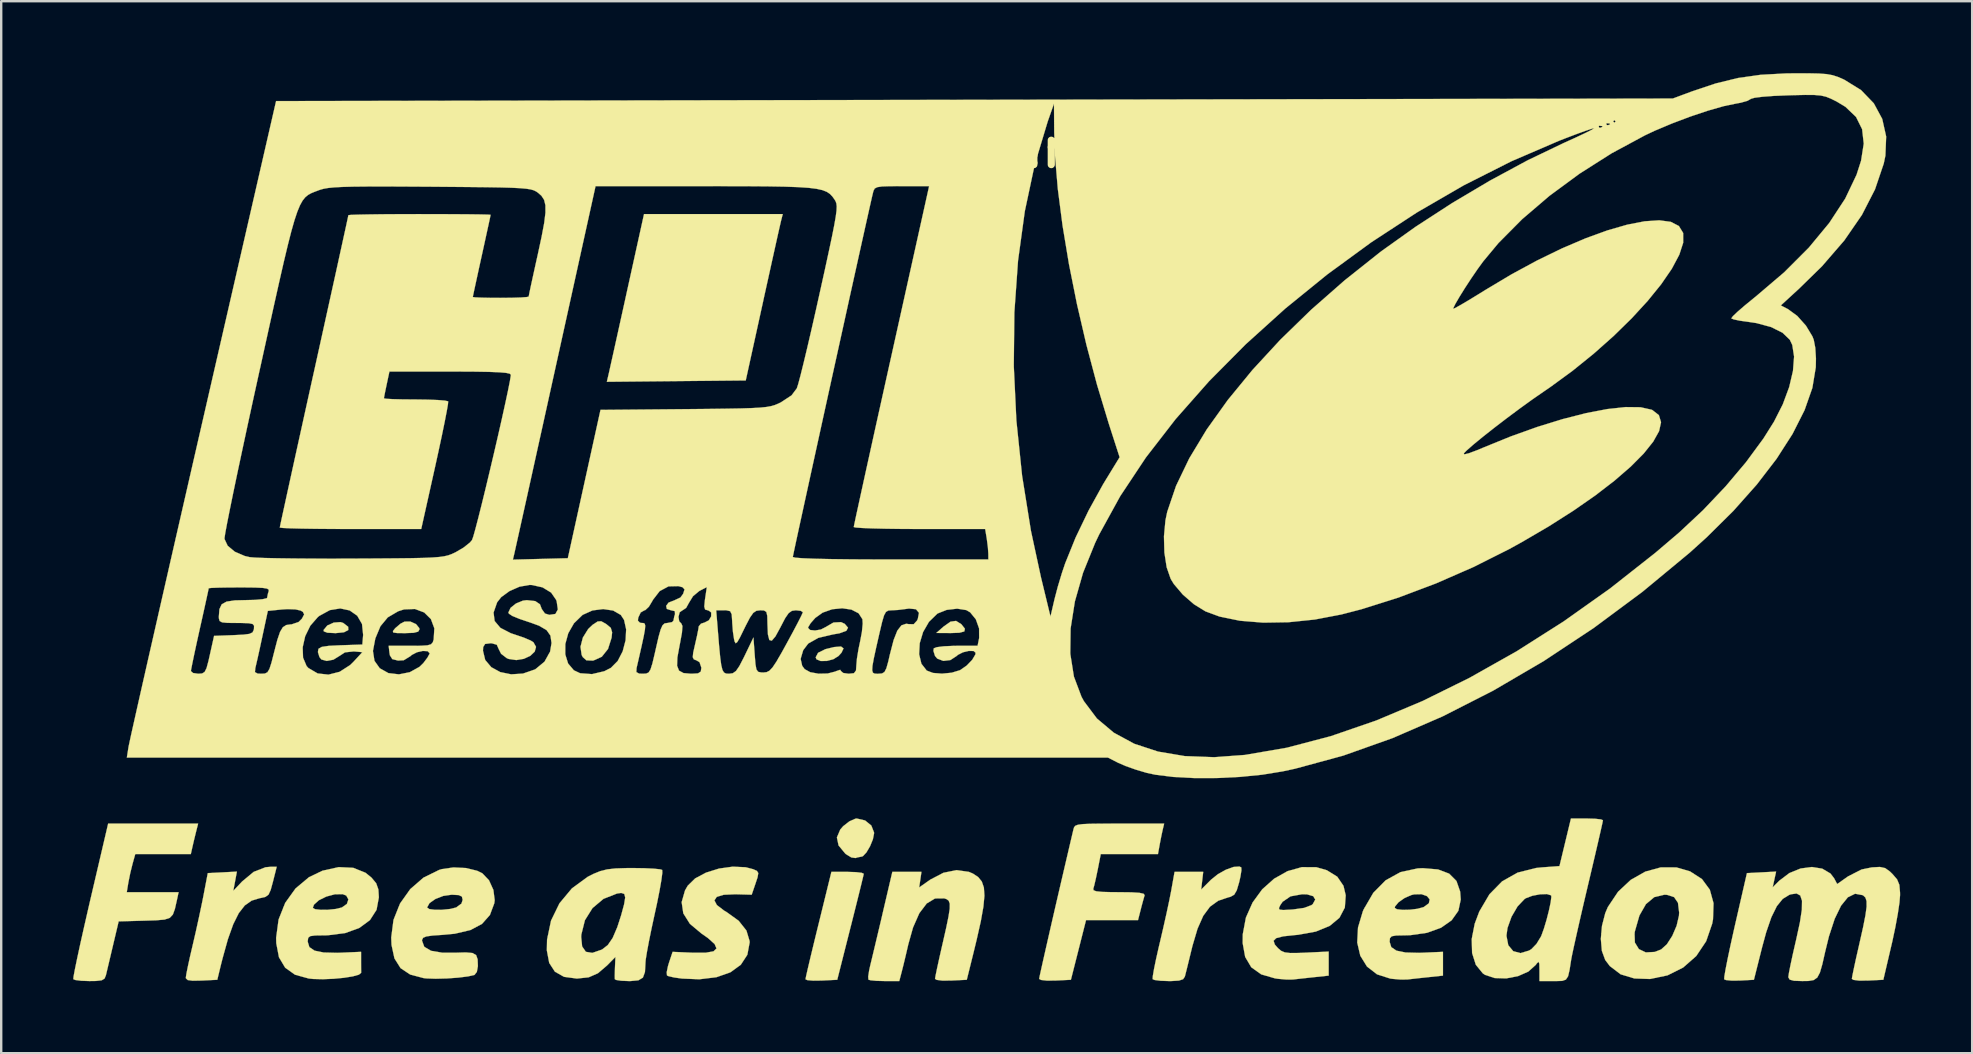
<source format=kicad_pcb>
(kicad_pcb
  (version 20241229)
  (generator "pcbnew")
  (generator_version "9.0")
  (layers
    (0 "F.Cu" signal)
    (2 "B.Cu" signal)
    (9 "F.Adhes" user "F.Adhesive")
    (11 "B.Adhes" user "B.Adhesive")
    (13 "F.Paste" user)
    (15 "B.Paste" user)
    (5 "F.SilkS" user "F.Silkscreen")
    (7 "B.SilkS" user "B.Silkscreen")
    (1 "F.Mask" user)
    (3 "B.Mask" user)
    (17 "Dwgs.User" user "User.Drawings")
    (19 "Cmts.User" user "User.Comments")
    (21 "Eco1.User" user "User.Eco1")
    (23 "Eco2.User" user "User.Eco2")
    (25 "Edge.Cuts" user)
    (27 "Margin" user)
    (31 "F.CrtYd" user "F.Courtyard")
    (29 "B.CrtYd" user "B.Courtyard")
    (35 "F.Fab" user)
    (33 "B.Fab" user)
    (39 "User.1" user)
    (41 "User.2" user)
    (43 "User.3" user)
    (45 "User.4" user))
  (footprint "GPL-Large"
    (layer "F.Cu")
    (at 37.82 3.12)
    (property "Reference" "GPL-Large" (at 0 0 0) (layer "F.SilkS") (effects (font (size 1.524 1.524) (thickness 0.3))))
    (attr through_hole)
    (fp_poly (pts (xy -0.811 19.841) (xy -0.801 19.851) (xy -0.66 20.031) (xy -0.684 20.143) (xy -0.888 20.198) (xy -1.244 20.211) (xy -1.852 20.207) (xy -1.555 19.946) (xy -1.261 19.737) (xy -1.029 19.704) (xy -0.811 19.841)) (stroke (width 0.01) (type solid)) (fill yes) (layer "F.SilkS"))
    (fp_poly (pts (xy -26.566 19.79) (xy -26.361 19.949) (xy -26.355 20.084) (xy -26.533 20.178) (xy -26.884 20.214) (xy -26.89 20.214) (xy -27.227 20.197) (xy -27.377 20.14) (xy -27.385 20.082) (xy -27.23 19.896) (xy -26.962 19.775) (xy -26.68 19.754) (xy -26.566 19.79)) (stroke (width 0.01) (type solid)) (fill yes) (layer "F.SilkS"))
    (fp_poly (pts (xy -5.718 20.851) (xy -5.802 21.028) (xy -5.927 21.167) (xy -6.144 21.302) (xy -6.415 21.373) (xy -6.672 21.376) (xy -6.845 21.305) (xy -6.879 21.223) (xy -6.779 21.034) (xy -6.475 20.883) (xy -6.11 20.794) (xy -5.821 20.772) (xy -5.718 20.851)) (stroke (width 0.01) (type solid)) (fill yes) (layer "F.SilkS"))
    (fp_poly (pts (xy -23.533 19.838) (xy -23.397 20.006) (xy -23.389 20.059) (xy -23.444 20.152) (xy -23.633 20.201) (xy -23.988 20.214) (xy -24.322 20.211) (xy -24.481 20.188) (xy -24.497 20.129) (xy -24.406 20.015) (xy -24.397 20.005) (xy -24.179 19.82) (xy -24.014 19.735) (xy -23.768 19.733) (xy -23.533 19.838)) (stroke (width 0.01) (type solid)) (fill yes) (layer "F.SilkS"))
    (fp_poly (pts (xy -15.612 19.833) (xy -15.604 19.838) (xy -15.417 19.994) (xy -15.361 20.18) (xy -15.384 20.407) (xy -15.533 20.874) (xy -15.792 21.199) (xy -16.137 21.354) (xy -16.176 21.359) (xy -16.434 21.347) (xy -16.585 21.212) (xy -16.631 21.124) (xy -16.68 20.785) (xy -16.581 20.4) (xy -16.359 20.042) (xy -16.172 19.865) (xy -15.965 19.729) (xy -15.815 19.719) (xy -15.612 19.833)) (stroke (width 0.01) (type solid)) (fill yes) (layer "F.SilkS"))
    (fp_poly (pts (xy -8.325 3.043) (xy -8.365 3.217) (xy -8.445 3.569) (xy -8.557 4.073) (xy -8.696 4.698) (xy -8.855 5.418) (xy -9.029 6.204) (xy -9.095 6.509) (xy -9.793 9.684) (xy -15.581 9.74) (xy -15.525 9.5) (xy -15.488 9.34) (xy -15.413 9.001) (xy -15.303 8.509) (xy -15.166 7.891) (xy -15.008 7.176) (xy -14.834 6.389) (xy -14.75 6.006) (xy -14.032 2.752) (xy -8.251 2.752) (xy -8.325 3.043)) (stroke (width 0.01) (type solid)) (fill yes) (layer "F.SilkS"))
    (fp_poly (pts (xy -4.819 28.021) (xy -4.56 28.232) (xy -4.446 28.522) (xy -4.445 28.555) (xy -4.494 28.805) (xy -4.612 29.094) (xy -4.764 29.353) (xy -4.911 29.509) (xy -4.964 29.527) (xy -5.145 29.562) (xy -5.217 29.587) (xy -5.393 29.562) (xy -5.619 29.423) (xy -5.645 29.401) (xy -5.925 29.062) (xy -5.995 28.729) (xy -5.854 28.398) (xy -5.734 28.26) (xy -5.475 28.058) (xy -5.224 27.947) (xy -5.165 27.94) (xy -4.819 28.021)) (stroke (width 0.01) (type solid)) (fill yes) (layer "F.SilkS"))
    (fp_poly (pts (xy -5.2 30.174) (xy -4.958 30.203) (xy -4.875 30.242) (xy -4.902 30.364) (xy -4.973 30.66) (xy -5.081 31.098) (xy -5.218 31.647) (xy -5.376 32.276) (xy -5.431 32.491) (xy -5.98 34.66) (xy -6.641 34.692) (xy -6.984 34.696) (xy -7.223 34.675) (xy -7.303 34.639) (xy -7.279 34.515) (xy -7.212 34.218) (xy -7.108 33.777) (xy -6.975 33.225) (xy -6.821 32.593) (xy -6.763 32.359) (xy -6.223 30.163) (xy -5.546 30.163) (xy -5.2 30.174)) (stroke (width 0.01) (type solid)) (fill yes) (layer "F.SilkS"))
    (fp_poly (pts (xy -29.496 30.574) (xy -29.591 30.92) (xy -29.681 31.113) (xy -29.812 31.207) (xy -30.025 31.256) (xy -30.055 31.261) (xy -30.384 31.361) (xy -30.668 31.561) (xy -30.919 31.881) (xy -31.15 32.344) (xy -31.373 32.969) (xy -31.598 33.777) (xy -31.674 34.078) (xy -31.815 34.66) (xy -32.471 34.692) (xy -32.843 34.699) (xy -33.047 34.671) (xy -33.122 34.6) (xy -33.126 34.569) (xy -33.102 34.408) (xy -33.038 34.09) (xy -32.945 33.664) (xy -32.852 33.268) (xy -32.713 32.668) (xy -32.57 32.018) (xy -32.444 31.419) (xy -32.394 31.168) (xy -32.211 30.215) (xy -31.604 30.184) (xy -30.998 30.152) (xy -31.073 30.552) (xy -31.148 30.953) (xy -30.779 30.562) (xy -30.297 30.162) (xy -29.803 29.97) (xy -29.585 29.951) (xy -29.339 29.951) (xy -29.496 30.574)) (stroke (width 0.01) (type solid)) (fill yes) (layer "F.SilkS"))
    (fp_poly (pts (xy -32.701 28.496) (xy -32.785 28.839) (xy -32.853 29.131) (xy -32.918 29.422) (xy -35.233 29.422) (xy -35.344 29.819) (xy -35.441 30.209) (xy -35.52 30.602) (xy -35.522 30.612) (xy -35.587 31.009) (xy -33.427 31.009) (xy -33.501 31.353) (xy -33.581 31.707) (xy -33.665 31.94) (xy -33.795 32.079) (xy -34.013 32.151) (xy -34.362 32.181) (xy -34.839 32.196) (xy -35.925 32.226) (xy -36.163 33.232) (xy -36.272 33.693) (xy -36.368 34.098) (xy -36.437 34.388) (xy -36.458 34.475) (xy -36.513 34.609) (xy -36.631 34.681) (xy -36.865 34.709) (xy -37.143 34.713) (xy -37.485 34.701) (xy -37.731 34.669) (xy -37.815 34.634) (xy -37.803 34.515) (xy -37.747 34.216) (xy -37.653 33.761) (xy -37.527 33.178) (xy -37.373 32.491) (xy -37.198 31.725) (xy -37.112 31.353) (xy -36.363 28.152) (xy -32.614 28.152) (xy -32.701 28.496)) (stroke (width 0.01) (type solid)) (fill yes) (layer "F.SilkS"))
    (fp_poly (pts (xy 10.858 29.978) (xy 10.863 30.102) (xy 10.821 30.364) (xy 10.768 30.597) (xy 10.669 30.931) (xy 10.564 31.113) (xy 10.41 31.201) (xy 10.313 31.226) (xy 9.894 31.367) (xy 9.552 31.615) (xy 9.272 31.995) (xy 9.034 32.532) (xy 8.821 33.252) (xy 8.787 33.39) (xy 8.679 33.832) (xy 8.586 34.211) (xy 8.521 34.467) (xy 8.505 34.528) (xy 8.433 34.636) (xy 8.261 34.693) (xy 7.94 34.713) (xy 7.831 34.713) (xy 7.49 34.701) (xy 7.246 34.669) (xy 7.163 34.634) (xy 7.17 34.508) (xy 7.22 34.215) (xy 7.306 33.797) (xy 7.42 33.292) (xy 7.461 33.121) (xy 7.602 32.516) (xy 7.739 31.907) (xy 7.855 31.362) (xy 7.937 30.949) (xy 7.941 30.925) (xy 8.077 30.163) (xy 9.271 30.163) (xy 9.185 30.901) (xy 9.598 30.488) (xy 9.889 30.255) (xy 10.222 30.07) (xy 10.539 29.957) (xy 10.781 29.941) (xy 10.858 29.978)) (stroke (width 0.01) (type solid)) (fill yes) (layer "F.SilkS"))
    (fp_poly (pts (xy -9.794 29.971) (xy -9.484 30.052) (xy -9.327 30.122) (xy -9.27 30.213) (xy -9.301 30.391) (xy -9.381 30.634) (xy -9.545 31.114) (xy -10.225 31.096) (xy -10.709 31.117) (xy -11.001 31.205) (xy -11.099 31.351) (xy -10.996 31.546) (xy -10.689 31.781) (xy -10.585 31.842) (xy -10.087 32.201) (xy -9.764 32.609) (xy -9.633 33.045) (xy -9.631 33.107) (xy -9.726 33.617) (xy -9.999 34.034) (xy -10.434 34.349) (xy -11.015 34.553) (xy -11.727 34.639) (xy -12.455 34.609) (xy -12.78 34.563) (xy -13.011 34.509) (xy -13.075 34.479) (xy -13.087 34.346) (xy -13.034 34.089) (xy -12.993 33.953) (xy -12.841 33.496) (xy -11.989 33.533) (xy -11.461 33.532) (xy -11.136 33.474) (xy -11.012 33.354) (xy -11.09 33.171) (xy -11.367 32.922) (xy -11.641 32.73) (xy -12.12 32.329) (xy -12.395 31.892) (xy -12.464 31.425) (xy -12.324 30.937) (xy -12.21 30.738) (xy -11.902 30.436) (xy -11.447 30.194) (xy -10.905 30.025) (xy -10.334 29.946) (xy -9.794 29.971)) (stroke (width 0.01) (type solid)) (fill yes) (layer "F.SilkS"))
    (fp_poly (pts (xy 28.994 29.978) (xy 29.559 30.142) (xy 30.056 30.463) (xy 30.383 30.907) (xy 30.537 31.467) (xy 30.516 32.137) (xy 30.482 32.32) (xy 30.23 33.053) (xy 29.818 33.669) (xy 29.272 34.149) (xy 28.621 34.475) (xy 27.891 34.627) (xy 27.239 34.605) (xy 26.665 34.432) (xy 26.214 34.087) (xy 26.023 33.834) (xy 25.884 33.455) (xy 25.841 32.957) (xy 25.861 32.719) (xy 27.246 32.719) (xy 27.259 33.108) (xy 27.427 33.382) (xy 27.715 33.519) (xy 28.089 33.499) (xy 28.353 33.396) (xy 28.592 33.181) (xy 28.819 32.828) (xy 28.999 32.408) (xy 29.096 31.992) (xy 29.104 31.856) (xy 29.055 31.452) (xy 28.893 31.215) (xy 28.599 31.12) (xy 28.485 31.115) (xy 28.068 31.215) (xy 27.72 31.507) (xy 27.449 31.981) (xy 27.263 32.628) (xy 27.246 32.719) (xy 25.861 32.719) (xy 25.889 32.409) (xy 26.025 31.881) (xy 26.135 31.625) (xy 26.559 30.991) (xy 27.088 30.496) (xy 27.692 30.153) (xy 28.338 29.976) (xy 28.994 29.978)) (stroke (width 0.01) (type solid)) (fill yes) (layer "F.SilkS"))
    (fp_poly (pts (xy 7.586 28.39) (xy 7.528 28.657) (xy 7.463 28.99) (xy 7.457 29.025) (xy 7.385 29.422) (xy 5.002 29.422) (xy 4.875 30.067) (xy 4.798 30.434) (xy 4.73 30.727) (xy 4.691 30.861) (xy 4.7 30.928) (xy 4.811 30.972) (xy 5.055 30.997) (xy 5.463 31.008) (xy 5.753 31.009) (xy 6.275 31.015) (xy 6.611 31.036) (xy 6.787 31.075) (xy 6.83 31.135) (xy 6.828 31.141) (xy 6.776 31.321) (xy 6.697 31.612) (xy 6.669 31.724) (xy 6.554 32.173) (xy 4.388 32.173) (xy 3.757 34.66) (xy 3.096 34.692) (xy 2.752 34.694) (xy 2.514 34.667) (xy 2.434 34.624) (xy 2.457 34.501) (xy 2.524 34.195) (xy 2.628 33.731) (xy 2.764 33.132) (xy 2.926 32.421) (xy 3.11 31.621) (xy 3.31 30.758) (xy 3.521 29.854) (xy 3.736 28.933) (xy 3.864 28.39) (xy 3.89 28.304) (xy 3.942 28.242) (xy 4.049 28.2) (xy 4.243 28.173) (xy 4.552 28.159) (xy 5.007 28.153) (xy 5.638 28.152) (xy 5.781 28.152) (xy 7.643 28.152) (xy 7.586 28.39)) (stroke (width 0.01) (type solid)) (fill yes) (layer "F.SilkS"))
    (fp_poly (pts (xy -0.493 30.163) (xy -0.323 30.236) (xy -0.107 30.379) (xy 0.044 30.565) (xy 0.131 30.817) (xy 0.153 31.159) (xy 0.11 31.617) (xy 0.004 32.214) (xy -0.167 32.975) (xy -0.293 33.496) (xy -0.582 34.66) (xy -1.244 34.692) (xy -1.602 34.694) (xy -1.837 34.664) (xy -1.905 34.62) (xy -1.882 34.484) (xy -1.82 34.183) (xy -1.727 33.759) (xy -1.613 33.254) (xy -1.587 33.143) (xy -1.44 32.495) (xy -1.343 32.023) (xy -1.293 31.698) (xy -1.291 31.488) (xy -1.336 31.365) (xy -1.426 31.298) (xy -1.523 31.267) (xy -1.904 31.271) (xy -2.251 31.479) (xy -2.559 31.885) (xy -2.822 32.482) (xy -3.018 33.179) (xy -3.12 33.618) (xy -3.22 34.035) (xy -3.291 34.316) (xy -3.395 34.713) (xy -4.008 34.713) (xy -4.349 34.704) (xy -4.596 34.68) (xy -4.68 34.654) (xy -4.69 34.527) (xy -4.65 34.264) (xy -4.601 34.046) (xy -4.529 33.75) (xy -4.421 33.298) (xy -4.289 32.743) (xy -4.145 32.136) (xy -4.074 31.829) (xy -3.684 30.163) (xy -2.471 30.163) (xy -2.518 30.487) (xy -2.566 30.812) (xy -2.103 30.487) (xy -1.556 30.201) (xy -1.006 30.09) (xy -0.493 30.163)) (stroke (width 0.01) (type solid)) (fill yes) (layer "F.SilkS"))
    (fp_poly (pts (xy 13.985 29.969) (xy 14.423 30.095) (xy 14.857 30.364) (xy 15.116 30.744) (xy 15.209 31.137) (xy 15.173 31.65) (xy 14.948 32.077) (xy 14.543 32.413) (xy 13.964 32.651) (xy 13.221 32.786) (xy 13.091 32.797) (xy 12.605 32.849) (xy 12.314 32.924) (xy 12.203 33.034) (xy 12.256 33.192) (xy 12.388 33.343) (xy 12.518 33.454) (xy 12.67 33.518) (xy 12.896 33.545) (xy 13.248 33.542) (xy 13.559 33.529) (xy 14.499 33.484) (xy 14.499 34.486) (xy 13.891 34.551) (xy 13.504 34.593) (xy 13.166 34.63) (xy 13.018 34.648) (xy 12.749 34.651) (xy 12.393 34.62) (xy 12.263 34.601) (xy 11.687 34.434) (xy 11.274 34.139) (xy 11.019 33.708) (xy 10.915 33.133) (xy 10.919 32.765) (xy 11.049 32.071) (xy 11.224 31.675) (xy 12.425 31.675) (xy 12.455 31.737) (xy 12.608 31.753) (xy 12.924 31.736) (xy 13.01 31.73) (xy 13.478 31.664) (xy 13.782 31.549) (xy 13.836 31.506) (xy 13.94 31.317) (xy 13.855 31.176) (xy 13.601 31.101) (xy 13.391 31.095) (xy 12.908 31.183) (xy 12.58 31.408) (xy 12.48 31.554) (xy 12.425 31.675) (xy 11.224 31.675) (xy 11.329 31.439) (xy 11.73 30.89) (xy 12.225 30.448) (xy 12.784 30.133) (xy 13.38 29.966) (xy 13.985 29.969)) (stroke (width 0.01) (type solid)) (fill yes) (layer "F.SilkS"))
    (fp_poly (pts (xy 19.057 30.062) (xy 19.52 30.237) (xy 19.824 30.542) (xy 19.978 30.984) (xy 20.003 31.318) (xy 19.904 31.785) (xy 19.624 32.18) (xy 19.181 32.491) (xy 18.598 32.702) (xy 17.895 32.802) (xy 17.655 32.808) (xy 17.31 32.814) (xy 17.126 32.847) (xy 17.052 32.927) (xy 17.039 33.076) (xy 17.107 33.298) (xy 17.323 33.446) (xy 17.704 33.523) (xy 18.268 33.537) (xy 18.441 33.531) (xy 19.262 33.495) (xy 19.262 34.486) (xy 18.653 34.551) (xy 18.267 34.592) (xy 17.928 34.63) (xy 17.78 34.647) (xy 17.505 34.651) (xy 17.152 34.621) (xy 17.063 34.609) (xy 16.513 34.433) (xy 16.095 34.108) (xy 15.817 33.658) (xy 15.689 33.109) (xy 15.721 32.484) (xy 15.922 31.809) (xy 15.954 31.733) (xy 15.996 31.661) (xy 17.251 31.661) (xy 17.344 31.721) (xy 17.577 31.747) (xy 17.884 31.74) (xy 18.196 31.702) (xy 18.445 31.635) (xy 18.463 31.627) (xy 18.674 31.472) (xy 18.708 31.311) (xy 18.597 31.175) (xy 18.373 31.094) (xy 18.067 31.1) (xy 17.952 31.126) (xy 17.663 31.251) (xy 17.411 31.428) (xy 17.265 31.604) (xy 17.251 31.661) (xy 15.996 31.661) (xy 16.359 31.035) (xy 16.875 30.513) (xy 17.495 30.172) (xy 18.21 30.018) (xy 18.425 30.009) (xy 19.057 30.062)) (stroke (width 0.01) (type solid)) (fill yes) (layer "F.SilkS"))
    (fp_poly (pts (xy -26.15 29.994) (xy -25.638 30.2) (xy -25.394 30.397) (xy -25.193 30.638) (xy -25.102 30.895) (xy -25.082 31.225) (xy -25.178 31.744) (xy -25.454 32.173) (xy -25.895 32.499) (xy -26.487 32.714) (xy -27.213 32.806) (xy -27.377 32.808) (xy -27.74 32.813) (xy -27.941 32.841) (xy -28.026 32.91) (xy -28.046 33.041) (xy -28.046 33.076) (xy -27.978 33.298) (xy -27.762 33.446) (xy -27.381 33.523) (xy -26.817 33.537) (xy -26.644 33.531) (xy -25.823 33.495) (xy -25.823 33.892) (xy -25.822 34.172) (xy -25.82 34.353) (xy -25.82 34.369) (xy -25.914 34.447) (xy -26.169 34.518) (xy -26.538 34.577) (xy -26.968 34.618) (xy -27.412 34.636) (xy -27.819 34.626) (xy -28.006 34.606) (xy -28.576 34.449) (xy -28.987 34.156) (xy -29.245 33.722) (xy -29.357 33.138) (xy -29.363 32.909) (xy -29.261 32.149) (xy -29.067 31.661) (xy -27.834 31.661) (xy -27.741 31.718) (xy -27.506 31.745) (xy -27.197 31.742) (xy -26.881 31.709) (xy -26.627 31.648) (xy -26.624 31.647) (xy -26.414 31.498) (xy -26.352 31.31) (xy -26.441 31.15) (xy -26.591 31.092) (xy -26.92 31.098) (xy -27.271 31.192) (xy -27.581 31.345) (xy -27.786 31.529) (xy -27.834 31.661) (xy -29.067 31.661) (xy -28.984 31.453) (xy -28.554 30.854) (xy -27.996 30.386) (xy -27.433 30.115) (xy -26.755 29.965) (xy -26.15 29.994)) (stroke (width 0.01) (type solid)) (fill yes) (layer "F.SilkS"))
    (fp_poly (pts (xy -21.455 30.003) (xy -20.989 30.116) (xy -20.768 30.224) (xy -20.492 30.514) (xy -20.309 30.916) (xy -20.255 31.341) (xy -20.271 31.47) (xy -20.454 31.96) (xy -20.782 32.329) (xy -21.266 32.587) (xy -21.921 32.741) (xy -22.41 32.787) (xy -22.843 32.816) (xy -23.106 32.854) (xy -23.238 32.91) (xy -23.282 32.997) (xy -23.283 33.031) (xy -23.19 33.285) (xy -22.908 33.452) (xy -22.436 33.532) (xy -21.91 33.533) (xy -21.459 33.52) (xy -21.178 33.545) (xy -21.027 33.633) (xy -20.966 33.807) (xy -20.955 34.09) (xy -20.955 34.09) (xy -20.998 34.331) (xy -21.096 34.457) (xy -21.365 34.519) (xy -21.772 34.57) (xy -22.246 34.604) (xy -22.714 34.616) (xy -23.104 34.603) (xy -23.211 34.591) (xy -23.775 34.442) (xy -24.178 34.174) (xy -24.433 33.768) (xy -24.554 33.209) (xy -24.567 32.897) (xy -24.472 32.163) (xy -24.268 31.652) (xy -23.072 31.652) (xy -22.978 31.714) (xy -22.743 31.744) (xy -22.433 31.742) (xy -22.115 31.709) (xy -21.861 31.647) (xy -21.641 31.486) (xy -21.59 31.329) (xy -21.621 31.194) (xy -21.752 31.131) (xy -22.036 31.115) (xy -22.052 31.115) (xy -22.397 31.165) (xy -22.724 31.292) (xy -22.97 31.463) (xy -23.072 31.645) (xy -23.072 31.652) (xy -24.268 31.652) (xy -24.198 31.479) (xy -23.772 30.879) (xy -23.221 30.402) (xy -22.572 30.083) (xy -22.462 30.049) (xy -21.976 29.978) (xy -21.455 30.003)) (stroke (width 0.01) (type solid)) (fill yes) (layer "F.SilkS"))
    (fp_poly (pts (xy -14.011 30.011) (xy -13.621 30.03) (xy -13.359 30.057) (xy -13.274 30.083) (xy -13.27 30.207) (xy -13.308 30.502) (xy -13.383 30.931) (xy -13.488 31.46) (xy -13.583 31.896) (xy -13.713 32.497) (xy -13.825 33.045) (xy -13.91 33.499) (xy -13.961 33.817) (xy -13.971 33.934) (xy -13.993 34.336) (xy -14.079 34.57) (xy -14.267 34.682) (xy -14.598 34.713) (xy -14.67 34.713) (xy -14.987 34.7) (xy -15.199 34.666) (xy -15.25 34.634) (xy -15.252 34.486) (xy -15.245 34.215) (xy -15.242 34.131) (xy -15.223 33.708) (xy -15.573 34.064) (xy -15.953 34.388) (xy -16.337 34.557) (xy -16.81 34.607) (xy -16.84 34.608) (xy -17.366 34.537) (xy -17.746 34.322) (xy -17.983 33.957) (xy -18.082 33.434) (xy -18.073 32.988) (xy -18.049 32.872) (xy -16.651 32.872) (xy -16.611 33.271) (xy -16.455 33.494) (xy -16.185 33.539) (xy -15.8 33.406) (xy -15.778 33.395) (xy -15.543 33.214) (xy -15.338 32.915) (xy -15.145 32.465) (xy -14.985 31.969) (xy -14.862 31.515) (xy -14.816 31.23) (xy -14.855 31.082) (xy -14.984 31.041) (xy -15.161 31.066) (xy -15.723 31.288) (xy -16.178 31.671) (xy -16.495 32.178) (xy -16.644 32.773) (xy -16.651 32.872) (xy -18.049 32.872) (xy -17.907 32.194) (xy -17.555 31.472) (xy -17.04 30.854) (xy -16.383 30.371) (xy -16.14 30.247) (xy -15.857 30.132) (xy -15.571 30.06) (xy -15.222 30.02) (xy -14.749 30.005) (xy -14.481 30.004) (xy -14.011 30.011)) (stroke (width 0.01) (type solid)) (fill yes) (layer "F.SilkS"))
    (fp_poly (pts (xy 25.606 27.95) (xy 25.847 27.977) (xy 25.929 28.01) (xy 25.906 28.128) (xy 25.84 28.424) (xy 25.738 28.869) (xy 25.606 29.436) (xy 25.451 30.097) (xy 25.3 30.735) (xy 25.125 31.479) (xy 24.964 32.176) (xy 24.824 32.793) (xy 24.712 33.297) (xy 24.636 33.655) (xy 24.606 33.814) (xy 24.538 34.247) (xy 24.476 34.513) (xy 24.385 34.652) (xy 24.232 34.706) (xy 23.983 34.714) (xy 23.863 34.713) (xy 23.283 34.713) (xy 23.283 34.266) (xy 23.278 33.996) (xy 23.249 33.908) (xy 23.176 33.975) (xy 23.128 34.041) (xy 22.822 34.317) (xy 22.39 34.508) (xy 21.899 34.602) (xy 21.419 34.588) (xy 21.017 34.456) (xy 20.924 34.394) (xy 20.631 34.035) (xy 20.476 33.547) (xy 20.46 32.965) (xy 20.487 32.823) (xy 21.907 32.823) (xy 21.984 33.22) (xy 22.191 33.468) (xy 22.491 33.549) (xy 22.848 33.443) (xy 22.953 33.377) (xy 23.16 33.162) (xy 23.342 32.864) (xy 23.362 32.821) (xy 23.471 32.521) (xy 23.581 32.152) (xy 23.678 31.772) (xy 23.749 31.438) (xy 23.779 31.208) (xy 23.769 31.142) (xy 23.594 31.088) (xy 23.305 31.098) (xy 22.985 31.159) (xy 22.716 31.261) (xy 22.661 31.296) (xy 22.37 31.603) (xy 22.119 32.033) (xy 21.952 32.498) (xy 21.907 32.823) (xy 20.487 32.823) (xy 20.585 32.323) (xy 20.776 31.816) (xy 21.199 31.096) (xy 21.727 30.558) (xy 22.37 30.195) (xy 23.138 30.001) (xy 23.398 29.975) (xy 24.117 29.923) (xy 24.595 27.94) (xy 25.262 27.94) (xy 25.606 27.95)) (stroke (width 0.01) (type solid)) (fill yes) (layer "F.SilkS"))
    (fp_poly (pts (xy 37.69 30.006) (xy 37.888 30.149) (xy 37.989 30.247) (xy 38.186 30.475) (xy 38.281 30.704) (xy 38.309 31.027) (xy 38.31 31.133) (xy 38.285 31.446) (xy 38.216 31.908) (xy 38.115 32.46) (xy 37.991 33.047) (xy 37.96 33.179) (xy 37.613 34.66) (xy 36.957 34.692) (xy 36.6 34.694) (xy 36.367 34.664) (xy 36.301 34.62) (xy 36.324 34.484) (xy 36.386 34.183) (xy 36.478 33.759) (xy 36.593 33.254) (xy 36.618 33.143) (xy 36.77 32.468) (xy 36.868 31.969) (xy 36.916 31.616) (xy 36.914 31.381) (xy 36.866 31.233) (xy 36.772 31.145) (xy 36.751 31.133) (xy 36.437 31.074) (xy 36.136 31.221) (xy 35.852 31.571) (xy 35.587 32.117) (xy 35.345 32.856) (xy 35.188 33.496) (xy 35.071 34.013) (xy 34.971 34.358) (xy 34.861 34.566) (xy 34.712 34.671) (xy 34.498 34.709) (xy 34.233 34.713) (xy 33.89 34.701) (xy 33.712 34.654) (xy 33.656 34.56) (xy 33.655 34.542) (xy 33.678 34.379) (xy 33.742 34.054) (xy 33.837 33.612) (xy 33.955 33.096) (xy 33.98 32.99) (xy 34.136 32.271) (xy 34.218 31.735) (xy 34.224 31.366) (xy 34.151 31.147) (xy 33.998 31.064) (xy 33.76 31.098) (xy 33.693 31.121) (xy 33.419 31.29) (xy 33.175 31.592) (xy 32.949 32.049) (xy 32.731 32.681) (xy 32.562 33.301) (xy 32.22 34.66) (xy 31.624 34.692) (xy 31.291 34.695) (xy 31.055 34.671) (xy 30.98 34.639) (xy 30.989 34.515) (xy 31.04 34.217) (xy 31.127 33.776) (xy 31.244 33.223) (xy 31.384 32.592) (xy 31.431 32.385) (xy 31.929 30.215) (xy 32.537 30.183) (xy 33.145 30.151) (xy 33.073 30.479) (xy 33.001 30.807) (xy 33.276 30.532) (xy 33.697 30.213) (xy 34.166 30.022) (xy 34.638 29.96) (xy 35.068 30.029) (xy 35.41 30.231) (xy 35.561 30.428) (xy 35.69 30.67) (xy 36.146 30.349) (xy 36.708 30.063) (xy 37.135 29.976) (xy 37.47 29.958) (xy 37.69 30.006)) (stroke (width 0.01) (type solid)) (fill yes) (layer "F.SilkS"))
    (fp_poly (pts (xy 34.923 -3.106) (xy 35.249 -3.082) (xy 35.5 -3.036) (xy 35.723 -2.964) (xy 35.963 -2.859) (xy 35.984 -2.849) (xy 36.685 -2.416) (xy 37.216 -1.865) (xy 37.567 -1.215) (xy 37.731 -0.481) (xy 37.699 0.317) (xy 37.63 0.647) (xy 37.266 1.722) (xy 36.72 2.787) (xy 35.985 3.852) (xy 35.054 4.928) (xy 34.106 5.855) (xy 33.341 6.558) (xy 33.641 6.713) (xy 34.027 6.996) (xy 34.389 7.402) (xy 34.657 7.847) (xy 34.713 7.99) (xy 34.777 8.321) (xy 34.805 8.77) (xy 34.798 9.137) (xy 34.656 9.993) (xy 34.33 10.923) (xy 33.829 11.914) (xy 33.162 12.952) (xy 32.338 14.024) (xy 31.366 15.117) (xy 30.254 16.218) (xy 29.543 16.861) (xy 27.568 18.497) (xy 25.533 20.007) (xy 23.456 21.381) (xy 21.356 22.609) (xy 19.252 23.681) (xy 17.162 24.588) (xy 15.104 25.319) (xy 13.097 25.864) (xy 12.582 25.975) (xy 11.733 26.113) (xy 10.801 26.206) (xy 9.837 26.253) (xy 8.894 26.254) (xy 8.022 26.207) (xy 7.275 26.114) (xy 6.916 26.037) (xy 6.467 25.904) (xy 6.034 25.751) (xy 5.729 25.619) (xy 5.3 25.4) (xy -35.584 25.4) (xy -35.513 24.95) (xy -35.48 24.793) (xy -35.404 24.441) (xy -35.285 23.91) (xy -35.128 23.21) (xy -34.935 22.354) (xy -34.808 21.797) (xy -32.914 21.797) (xy -32.822 21.876) (xy -32.607 21.907) (xy -32.45 21.896) (xy -32.352 21.838) (xy -30.246 21.838) (xy -30.135 21.9) (xy -29.98 21.907) (xy -29.83 21.898) (xy -29.724 21.844) (xy -29.641 21.704) (xy -29.556 21.44) (xy -29.447 21.012) (xy -29.441 20.989) (xy -29.393 20.805) (xy -28.257 20.805) (xy -28.241 21.237) (xy -28.094 21.585) (xy -28.019 21.668) (xy -27.633 21.894) (xy -27.183 21.944) (xy -26.715 21.825) (xy -26.277 21.543) (xy -26.141 21.41) (xy -25.77 21.008) (xy -26.126 20.974) (xy -26.496 21.016) (xy -26.715 21.159) (xy -26.976 21.32) (xy -27.254 21.373) (xy -27.477 21.312) (xy -27.558 21.211) (xy -27.622 21.002) (xy -27.614 20.957) (xy -25.329 20.957) (xy -25.265 21.368) (xy -25.045 21.678) (xy -24.684 21.88) (xy -24.245 21.932) (xy -23.792 21.842) (xy -23.388 21.618) (xy -23.229 21.463) (xy -23.059 21.237) (xy -22.97 21.074) (xy -22.966 21.053) (xy -23.05 20.966) (xy -23.251 20.956) (xy -23.497 21.012) (xy -23.712 21.124) (xy -23.764 21.172) (xy -24.045 21.344) (xy -24.283 21.357) (xy -24.522 21.297) (xy -24.623 21.138) (xy -24.64 21.034) (xy -24.65 20.949) (xy -20.743 20.949) (xy -20.65 21.333) (xy -20.396 21.634) (xy -20.023 21.838) (xy -19.57 21.931) (xy -19.077 21.9) (xy -18.585 21.73) (xy -18.553 21.713) (xy -18.18 21.405) (xy -18.01 21.1) (xy -17.314 21.1) (xy -17.196 21.479) (xy -16.956 21.763) (xy -16.694 21.886) (xy -16.199 21.922) (xy -15.842 21.838) (xy -14.352 21.838) (xy -14.235 21.901) (xy -14.085 21.907) (xy -13.943 21.9) (xy -13.842 21.854) (xy -13.763 21.731) (xy -13.712 21.571) (xy -12.655 21.571) (xy -12.574 21.777) (xy -12.385 21.879) (xy -12.075 21.907) (xy -12.052 21.907) (xy -11.784 21.891) (xy -11.667 21.818) (xy -11.642 21.655) (xy -11.72 21.423) (xy -11.847 21.349) (xy -11.957 21.306) (xy -12.001 21.217) (xy -11.983 21.03) (xy -11.907 20.693) (xy -11.903 20.676) (xy -11.823 20.323) (xy -11.768 20.047) (xy -11.751 19.93) (xy -11.658 19.82) (xy -11.509 19.772) (xy -11.332 19.681) (xy -11.234 19.517) (xy -11.233 19.353) (xy -11.348 19.264) (xy -11.382 19.262) (xy -11.025 19.262) (xy -10.958 20.082) (xy -10.904 20.741) (xy -10.858 21.219) (xy -10.814 21.545) (xy -10.764 21.747) (xy -10.7 21.855) (xy -10.615 21.899) (xy -10.502 21.907) (xy -10.488 21.907) (xy -10.331 21.885) (xy -10.199 21.791) (xy -10.059 21.587) (xy -9.876 21.233) (xy -9.836 21.152) (xy -9.472 20.396) (xy -9.419 21.125) (xy -9.388 21.508) (xy -9.348 21.726) (xy -9.276 21.826) (xy -9.151 21.853) (xy -9.058 21.855) (xy -8.924 21.841) (xy -8.805 21.78) (xy -8.675 21.642) (xy -8.512 21.398) (xy -8.448 21.287) (xy -7.506 21.287) (xy -7.441 21.575) (xy -7.339 21.714) (xy -7.108 21.842) (xy -6.76 21.905) (xy -6.381 21.897) (xy -6.057 21.814) (xy -6.026 21.798) (xy -5.857 21.742) (xy -5.821 21.798) (xy -5.729 21.875) (xy -5.507 21.907) (xy -5.503 21.907) (xy -5.284 21.884) (xy -5.198 21.77) (xy -5.198 21.767) (xy -4.524 21.767) (xy -4.492 21.865) (xy -4.419 21.902) (xy -4.306 21.908) (xy -4.271 21.907) (xy -4.117 21.896) (xy -4.013 21.835) (xy -3.933 21.68) (xy -3.852 21.391) (xy -3.784 21.092) (xy -2.569 21.092) (xy -2.472 21.491) (xy -2.25 21.775) (xy -1.99 21.873) (xy -1.615 21.903) (xy -1.213 21.864) (xy -0.87 21.76) (xy -0.848 21.749) (xy -0.586 21.566) (xy -0.357 21.328) (xy -0.224 21.104) (xy -0.218 21.07) (xy 3.731 21.07) (xy 3.882 22.024) (xy 4.199 22.867) (xy 4.301 23.053) (xy 4.842 23.772) (xy 5.545 24.363) (xy 6.396 24.824) (xy 7.386 25.15) (xy 8.501 25.338) (xy 9.731 25.384) (xy 11.009 25.29) (xy 12.759 24.989) (xy 14.587 24.508) (xy 16.477 23.857) (xy 18.409 23.044) (xy 20.367 22.078) (xy 22.334 20.97) (xy 24.291 19.726) (xy 26.22 18.358) (xy 28.105 16.873) (xy 29.106 16.02) (xy 30.099 15.091) (xy 31.038 14.101) (xy 31.889 13.092) (xy 32.614 12.107) (xy 33.057 11.402) (xy 33.424 10.677) (xy 33.69 9.96) (xy 33.848 9.286) (xy 33.894 8.69) (xy 33.819 8.206) (xy 33.716 7.988) (xy 33.411 7.695) (xy 32.934 7.458) (xy 32.322 7.293) (xy 31.986 7.243) (xy 31.634 7.194) (xy 31.378 7.14) (xy 31.278 7.098) (xy 31.34 7.01) (xy 31.539 6.82) (xy 31.847 6.554) (xy 32.232 6.239) (xy 32.29 6.193) (xy 33.482 5.177) (xy 34.508 4.15) (xy 35.358 3.123) (xy 36.024 2.107) (xy 36.497 1.113) (xy 36.685 0.529) (xy 36.797 -0.183) (xy 36.729 -0.787) (xy 36.476 -1.296) (xy 36.034 -1.718) (xy 35.666 -1.94) (xy 35.426 -2.059) (xy 35.222 -2.141) (xy 35.005 -2.19) (xy 34.731 -2.213) (xy 34.352 -2.215) (xy 33.822 -2.203) (xy 33.62 -2.197) (xy 33.045 -2.173) (xy 32.577 -2.138) (xy 32.247 -2.096) (xy 32.091 -2.051) (xy 32.085 -2.044) (xy 31.947 -1.967) (xy 31.673 -1.89) (xy 31.487 -1.856) (xy 30.959 -1.746) (xy 30.298 -1.557) (xy 29.562 -1.31) (xy 28.804 -1.024) (xy 28.08 -0.719) (xy 27.679 -0.53) (xy 26.294 0.216) (xy 24.957 1.065) (xy 23.702 1.989) (xy 22.563 2.963) (xy 21.575 3.958) (xy 20.943 4.717) (xy 20.704 5.045) (xy 20.44 5.431) (xy 20.179 5.83) (xy 19.949 6.2) (xy 19.777 6.496) (xy 19.69 6.675) (xy 19.685 6.699) (xy 19.769 6.666) (xy 20.001 6.537) (xy 20.35 6.331) (xy 20.785 6.065) (xy 21.028 5.914) (xy 22.123 5.26) (xy 23.195 4.68) (xy 24.227 4.179) (xy 25.206 3.761) (xy 26.115 3.431) (xy 26.94 3.193) (xy 27.666 3.052) (xy 28.277 3.011) (xy 28.758 3.075) (xy 29.094 3.249) (xy 29.27 3.536) (xy 29.272 3.543) (xy 29.273 3.945) (xy 29.11 4.446) (xy 28.8 5.028) (xy 28.356 5.675) (xy 27.793 6.369) (xy 27.126 7.095) (xy 26.37 7.835) (xy 25.539 8.573) (xy 24.649 9.292) (xy 23.713 9.975) (xy 23.454 10.152) (xy 22.987 10.475) (xy 22.468 10.85) (xy 21.928 11.252) (xy 21.402 11.655) (xy 20.923 12.033) (xy 20.526 12.359) (xy 20.243 12.608) (xy 20.13 12.724) (xy 20.151 12.765) (xy 20.344 12.718) (xy 20.691 12.588) (xy 20.941 12.483) (xy 22.082 12.019) (xy 23.191 11.622) (xy 24.246 11.296) (xy 25.226 11.046) (xy 26.109 10.877) (xy 26.873 10.794) (xy 27.496 10.801) (xy 27.957 10.904) (xy 27.99 10.919) (xy 28.26 11.13) (xy 28.35 11.425) (xy 28.268 11.797) (xy 28.023 12.235) (xy 27.626 12.731) (xy 27.086 13.275) (xy 26.411 13.86) (xy 25.611 14.476) (xy 24.695 15.113) (xy 23.672 15.764) (xy 22.552 16.419) (xy 22.002 16.722) (xy 20.523 17.464) (xy 18.967 18.144) (xy 17.396 18.736) (xy 15.874 19.216) (xy 15.028 19.436) (xy 13.922 19.647) (xy 12.824 19.76) (xy 11.771 19.777) (xy 10.802 19.698) (xy 9.953 19.524) (xy 9.365 19.307) (xy 8.884 19.01) (xy 8.42 18.607) (xy 8.046 18.167) (xy 7.916 17.954) (xy 7.748 17.471) (xy 7.653 16.858) (xy 7.635 16.183) (xy 7.697 15.515) (xy 7.771 15.159) (xy 8.139 14.077) (xy 8.691 12.929) (xy 9.414 11.731) (xy 10.296 10.498) (xy 11.324 9.245) (xy 12.486 7.986) (xy 13.77 6.737) (xy 15.164 5.513) (xy 16.654 4.329) (xy 16.71 4.287) (xy 18.119 3.282) (xy 19.643 2.293) (xy 21.221 1.357) (xy 22.79 0.511) (xy 24.288 -0.208) (xy 24.308 -0.217) (xy 24.778 -0.43) (xy 25.167 -0.613) (xy 25.438 -0.749) (xy 25.558 -0.821) (xy 25.561 -0.827) (xy 25.455 -0.803) (xy 25.189 -0.714) (xy 24.797 -0.572) (xy 24.317 -0.389) (xy 24.113 -0.31) (xy 22.115 0.55) (xy 20.131 1.552) (xy 18.18 2.682) (xy 16.278 3.924) (xy 14.444 5.264) (xy 12.693 6.686) (xy 11.044 8.175) (xy 9.515 9.716) (xy 8.121 11.295) (xy 6.882 12.895) (xy 5.814 14.503) (xy 4.935 16.102) (xy 4.766 16.457) (xy 4.263 17.699) (xy 3.923 18.892) (xy 3.745 20.02) (xy 3.731 21.07) (xy -0.218 21.07) (xy -0.212 21.037) (xy -0.296 20.959) (xy -0.498 20.955) (xy -0.742 21.013) (xy -0.953 21.12) (xy -1.005 21.167) (xy -1.264 21.336) (xy -1.559 21.372) (xy -1.812 21.275) (xy -1.906 21.164) (xy -1.972 20.955) (xy -1.957 20.847) (xy -1.828 20.799) (xy -1.542 20.763) (xy -1.152 20.745) (xy -1.012 20.743) (xy -0.132 20.743) (xy -0.067 20.419) (xy -0.069 20.019) (xy -0.205 19.637) (xy -0.441 19.348) (xy -0.602 19.254) (xy -0.983 19.194) (xy -1.418 19.245) (xy -1.788 19.391) (xy -1.816 19.41) (xy -2.158 19.743) (xy -2.403 20.168) (xy -2.543 20.634) (xy -2.569 21.092) (xy -3.784 21.092) (xy -3.781 21.083) (xy -3.63 20.501) (xy -3.476 20.11) (xy -3.306 19.891) (xy -3.107 19.823) (xy -3.003 19.838) (xy -2.794 19.843) (xy -2.656 19.692) (xy -2.624 19.627) (xy -2.574 19.368) (xy -2.7 19.218) (xy -2.988 19.189) (xy -3.109 19.206) (xy -3.453 19.249) (xy -3.708 19.262) (xy -3.85 19.272) (xy -3.951 19.331) (xy -4.031 19.478) (xy -4.112 19.753) (xy -4.215 20.188) (xy -4.359 20.819) (xy -4.458 21.274) (xy -4.513 21.58) (xy -4.524 21.767) (xy -5.198 21.767) (xy -5.184 21.564) (xy -5.159 21.274) (xy -5.094 20.878) (xy -5.025 20.551) (xy -4.952 20.162) (xy -4.919 19.822) (xy -4.93 19.634) (xy -5.09 19.387) (xy -5.388 19.234) (xy -5.772 19.178) (xy -6.19 19.219) (xy -6.589 19.36) (xy -6.896 19.58) (xy -7.088 19.798) (xy -7.191 19.966) (xy -7.197 19.994) (xy -7.11 20.083) (xy -6.906 20.105) (xy -6.664 20.064) (xy -6.466 19.963) (xy -6.464 19.962) (xy -6.138 19.772) (xy -5.822 19.755) (xy -5.667 19.827) (xy -5.531 19.988) (xy -5.602 20.118) (xy -5.883 20.22) (xy -6.165 20.269) (xy -6.768 20.411) (xy -7.189 20.648) (xy -7.399 20.925) (xy -7.506 21.287) (xy -8.448 21.287) (xy -8.292 21.017) (xy -8.083 20.637) (xy -7.834 20.178) (xy -7.627 19.786) (xy -7.48 19.497) (xy -7.414 19.35) (xy -7.412 19.341) (xy -7.501 19.284) (xy -7.703 19.262) (xy -7.868 19.284) (xy -8.004 19.379) (xy -8.148 19.587) (xy -8.336 19.947) (xy -8.347 19.969) (xy -8.555 20.35) (xy -8.707 20.528) (xy -8.81 20.501) (xy -8.869 20.269) (xy -8.888 19.829) (xy -8.888 19.817) (xy -8.896 19.494) (xy -8.935 19.329) (xy -9.035 19.269) (xy -9.187 19.262) (xy -9.348 19.282) (xy -9.48 19.37) (xy -9.617 19.565) (xy -9.795 19.906) (xy -9.849 20.016) (xy -10.03 20.385) (xy -10.144 20.585) (xy -10.211 20.638) (xy -10.255 20.568) (xy -10.28 20.466) (xy -10.327 20.157) (xy -10.356 19.784) (xy -10.359 19.711) (xy -10.378 19.429) (xy -10.443 19.299) (xy -10.599 19.263) (xy -10.698 19.262) (xy -11.025 19.262) (xy -11.382 19.262) (xy -11.487 19.231) (xy -11.521 19.105) (xy -11.495 18.831) (xy -11.487 18.779) (xy -11.415 18.296) (xy -11.729 18.458) (xy -11.991 18.676) (xy -12.154 18.941) (xy -12.277 19.163) (xy -12.423 19.261) (xy -12.43 19.262) (xy -12.547 19.346) (xy -12.596 19.534) (xy -12.565 19.724) (xy -12.478 19.812) (xy -12.432 19.917) (xy -12.451 20.192) (xy -12.535 20.652) (xy -12.548 20.715) (xy -12.642 21.227) (xy -12.655 21.571) (xy -13.712 21.571) (xy -13.687 21.494) (xy -13.594 21.105) (xy -13.536 20.849) (xy -13.426 20.37) (xy -13.339 20.062) (xy -13.261 19.888) (xy -13.174 19.809) (xy -13.06 19.791) (xy -13.053 19.791) (xy -12.863 19.755) (xy -12.806 19.694) (xy -12.771 19.516) (xy -12.742 19.429) (xy -12.748 19.297) (xy -12.908 19.262) (xy -13.082 19.205) (xy -13.11 19.078) (xy -13.01 18.942) (xy -12.8 18.86) (xy -12.793 18.859) (xy -12.516 18.73) (xy -12.402 18.575) (xy -12.344 18.393) (xy -12.424 18.303) (xy -12.596 18.256) (xy -13.01 18.265) (xy -13.379 18.462) (xy -13.66 18.826) (xy -13.68 18.866) (xy -13.829 19.114) (xy -13.975 19.252) (xy -14.012 19.262) (xy -14.171 19.353) (xy -14.274 19.571) (xy -14.287 19.694) (xy -14.202 19.78) (xy -14.129 19.791) (xy -14.052 19.794) (xy -14.002 19.822) (xy -13.982 19.903) (xy -13.994 20.065) (xy -14.043 20.336) (xy -14.131 20.743) (xy -14.261 21.315) (xy -14.343 21.669) (xy -14.352 21.838) (xy -15.842 21.838) (xy -15.688 21.802) (xy -15.412 21.661) (xy -15.129 21.375) (xy -14.921 20.972) (xy -14.8 20.512) (xy -14.777 20.056) (xy -14.863 19.665) (xy -14.999 19.456) (xy -15.317 19.273) (xy -15.735 19.211) (xy -16.181 19.269) (xy -16.58 19.448) (xy -16.599 19.461) (xy -16.952 19.804) (xy -17.19 20.22) (xy -17.312 20.666) (xy -17.314 21.1) (xy -18.01 21.1) (xy -17.946 20.985) (xy -17.886 20.626) (xy -17.932 20.316) (xy -18.093 20.088) (xy -18.406 19.905) (xy -18.737 19.784) (xy -19.218 19.622) (xy -19.518 19.499) (xy -19.663 19.403) (xy -19.685 19.355) (xy -19.593 19.16) (xy -19.367 18.979) (xy -19.08 18.861) (xy -18.918 18.84) (xy -18.565 18.879) (xy -18.369 19.011) (xy -18.294 19.209) (xy -18.161 19.396) (xy -17.978 19.453) (xy -17.726 19.415) (xy -17.623 19.229) (xy -17.671 18.898) (xy -17.693 18.83) (xy -17.903 18.525) (xy -18.261 18.307) (xy -18.709 18.208) (xy -18.808 18.206) (xy -19.22 18.278) (xy -19.638 18.462) (xy -19.985 18.715) (xy -20.154 18.931) (xy -20.302 19.357) (xy -20.258 19.708) (xy -20.019 19.993) (xy -19.581 20.219) (xy -19.391 20.282) (xy -19.039 20.401) (xy -18.759 20.521) (xy -18.642 20.592) (xy -18.531 20.788) (xy -18.588 20.986) (xy -18.771 21.16) (xy -19.041 21.285) (xy -19.354 21.337) (xy -19.669 21.291) (xy -19.75 21.258) (xy -19.989 21.074) (xy -20.089 20.875) (xy -20.167 20.698) (xy -20.37 20.639) (xy -20.433 20.637) (xy -20.654 20.665) (xy -20.735 20.794) (xy -20.743 20.949) (xy -24.65 20.949) (xy -24.673 20.743) (xy -23.769 20.743) (xy -23.33 20.74) (xy -23.058 20.723) (xy -22.908 20.679) (xy -22.835 20.596) (xy -22.798 20.479) (xy -22.77 20.014) (xy -22.913 19.629) (xy -23.194 19.352) (xy -23.578 19.208) (xy -24.032 19.225) (xy -24.279 19.304) (xy -24.711 19.558) (xy -25.016 19.926) (xy -25.229 20.434) (xy -25.329 20.957) (xy -27.614 20.957) (xy -27.599 20.867) (xy -27.459 20.787) (xy -27.169 20.744) (xy -26.7 20.721) (xy -26.696 20.721) (xy -25.77 20.69) (xy -25.737 20.285) (xy -25.784 19.833) (xy -25.984 19.488) (xy -26.299 19.268) (xy -26.691 19.185) (xy -27.124 19.255) (xy -27.56 19.493) (xy -27.623 19.543) (xy -27.938 19.904) (xy -28.153 20.343) (xy -28.257 20.805) (xy -29.393 20.805) (xy -29.311 20.489) (xy -29.199 20.161) (xy -29.084 19.969) (xy -28.942 19.877) (xy -28.752 19.849) (xy -28.72 19.849) (xy -28.428 19.751) (xy -28.289 19.613) (xy -28.195 19.434) (xy -28.248 19.329) (xy -28.338 19.275) (xy -28.554 19.225) (xy -28.89 19.213) (xy -29.124 19.228) (xy -29.709 19.288) (xy -29.939 20.36) (xy -30.041 20.835) (xy -30.134 21.254) (xy -30.204 21.559) (xy -30.23 21.669) (xy -30.246 21.838) (xy -32.352 21.838) (xy -32.344 21.833) (xy -32.264 21.675) (xy -32.184 21.38) (xy -32.125 21.118) (xy -31.949 20.329) (xy -31.135 20.298) (xy -30.722 20.277) (xy -30.476 20.245) (xy -30.349 20.186) (xy -30.298 20.086) (xy -30.287 20.029) (xy -30.283 19.905) (xy -30.341 19.834) (xy -30.506 19.801) (xy -30.822 19.791) (xy -31.002 19.791) (xy -31.391 19.787) (xy -31.615 19.765) (xy -31.718 19.708) (xy -31.748 19.6) (xy -31.75 19.519) (xy -31.726 19.214) (xy -31.632 19.015) (xy -31.43 18.901) (xy -31.086 18.849) (xy -30.635 18.838) (xy -30.229 18.828) (xy -29.92 18.799) (xy -29.754 18.759) (xy -29.739 18.741) (xy -29.704 18.564) (xy -29.675 18.477) (xy -29.67 18.406) (xy -29.742 18.358) (xy -29.921 18.329) (xy -30.241 18.314) (xy -30.731 18.309) (xy -30.892 18.309) (xy -31.385 18.312) (xy -31.79 18.319) (xy -32.066 18.33) (xy -32.173 18.344) (xy -32.173 18.344) (xy -32.195 18.454) (xy -32.256 18.735) (xy -32.347 19.151) (xy -32.462 19.668) (xy -32.544 20.033) (xy -32.67 20.602) (xy -32.777 21.1) (xy -32.858 21.49) (xy -32.906 21.735) (xy -32.914 21.797) (xy -34.808 21.797) (xy -34.709 21.357) (xy -34.452 20.229) (xy -34.169 18.985) (xy -33.861 17.636) (xy -33.751 17.152) (xy -19.498 17.152) (xy -17.207 17.092) (xy -17.196 17.041) (xy -7.832 17.041) (xy -7.727 17.07) (xy -7.419 17.094) (xy -6.914 17.114) (xy -6.22 17.129) (xy -5.346 17.139) (xy -4.298 17.144) (xy -3.757 17.145) (xy 0.318 17.145) (xy 0.316 16.907) (xy 0.298 16.641) (xy 0.255 16.308) (xy 0.25 16.272) (xy 0.184 15.875) (xy -2.554 15.875) (xy -3.29 15.872) (xy -3.951 15.863) (xy -4.51 15.85) (xy -4.938 15.833) (xy -5.208 15.813) (xy -5.292 15.793) (xy -5.269 15.678) (xy -5.205 15.374) (xy -5.101 14.897) (xy -4.963 14.265) (xy -4.794 13.494) (xy -4.597 12.601) (xy -4.377 11.603) (xy -4.136 10.518) (xy -3.88 9.363) (xy -3.817 9.079) (xy 1.377 9.079) (xy 1.485 11.355) (xy 1.723 13.654) (xy 2.092 15.952) (xy 2.509 17.884) (xy 2.906 19.523) (xy 3.078 18.784) (xy 3.212 18.275) (xy 3.382 17.71) (xy 3.519 17.304) (xy 3.953 16.232) (xy 4.494 15.106) (xy 5.094 14.019) (xy 5.212 13.824) (xy 5.787 12.884) (xy 5.334 11.479) (xy 4.846 9.864) (xy 4.403 8.196) (xy 4.011 6.509) (xy 3.677 4.842) (xy 3.409 3.229) (xy 3.212 1.707) (xy 3.094 0.311) (xy 3.061 -0.666) (xy 3.06 -0.917) (xy 25.753 -0.917) (xy 25.767 -0.854) (xy 25.823 -0.847) (xy 25.91 -0.885) (xy 25.894 -0.917) (xy 25.768 -0.93) (xy 25.753 -0.917) (xy 3.06 -0.917) (xy 3.059 -1.023) (xy 26.07 -1.023) (xy 26.085 -0.96) (xy 26.141 -0.953) (xy 26.228 -0.991) (xy 26.211 -1.023) (xy 26.086 -1.036) (xy 26.07 -1.023) (xy 3.059 -1.023) (xy 3.058 -1.111) (xy 26.352 -1.111) (xy 26.405 -1.058) (xy 26.458 -1.111) (xy 26.405 -1.164) (xy 26.352 -1.111) (xy 3.058 -1.111) (xy 3.053 -1.852) (xy 2.792 -1.111) (xy 2.25 0.688) (xy 1.837 2.63) (xy 1.554 4.692) (xy 1.401 6.85) (xy 1.377 9.079) (xy -3.817 9.079) (xy -3.721 8.649) (xy -2.151 1.587) (xy -3.286 1.587) (xy -3.788 1.589) (xy -4.117 1.6) (xy -4.314 1.63) (xy -4.418 1.685) (xy -4.467 1.775) (xy -4.487 1.847) (xy -4.533 2.04) (xy -4.617 2.411) (xy -4.736 2.941) (xy -4.885 3.61) (xy -5.06 4.398) (xy -5.257 5.286) (xy -5.471 6.252) (xy -5.697 7.279) (xy -5.932 8.345) (xy -6.172 9.431) (xy -6.411 10.517) (xy -6.645 11.583) (xy -6.87 12.61) (xy -7.082 13.577) (xy -7.276 14.464) (xy -7.448 15.253) (xy -7.594 15.922) (xy -7.709 16.453) (xy -7.788 16.825) (xy -7.828 17.018) (xy -7.832 17.041) (xy -17.196 17.041) (xy -16.527 14.002) (xy -15.846 10.911) (xy -12.341 10.88) (xy -11.387 10.871) (xy -10.62 10.861) (xy -10.015 10.851) (xy -9.549 10.836) (xy -9.197 10.817) (xy -8.934 10.79) (xy -8.737 10.755) (xy -8.58 10.709) (xy -8.44 10.651) (xy -8.326 10.596) (xy -7.885 10.306) (xy -7.665 10.014) (xy -7.607 9.835) (xy -7.511 9.476) (xy -7.383 8.961) (xy -7.229 8.319) (xy -7.056 7.576) (xy -6.87 6.757) (xy -6.713 6.052) (xy -6.5 5.089) (xy -6.331 4.31) (xy -6.2 3.694) (xy -6.106 3.22) (xy -6.044 2.866) (xy -6.01 2.61) (xy -6.002 2.431) (xy -6.016 2.308) (xy -6.049 2.217) (xy -6.086 2.154) (xy -6.178 2.024) (xy -6.28 1.915) (xy -6.411 1.826) (xy -6.591 1.754) (xy -6.838 1.699) (xy -7.171 1.657) (xy -7.61 1.628) (xy -8.173 1.608) (xy -8.879 1.596) (xy -9.747 1.59) (xy -10.797 1.588) (xy -11.515 1.587) (xy -16.052 1.587) (xy -17.717 9.128) (xy -17.99 10.364) (xy -18.25 11.543) (xy -18.495 12.648) (xy -18.719 13.664) (xy -18.92 14.572) (xy -19.094 15.356) (xy -19.237 15.999) (xy -19.345 16.484) (xy -19.414 16.795) (xy -19.44 16.911) (xy -19.498 17.152) (xy -33.751 17.152) (xy -33.553 16.288) (xy -31.516 16.288) (xy -31.383 16.573) (xy -31.084 16.822) (xy -30.667 17.001) (xy -30.456 17.049) (xy -30.246 17.066) (xy -29.852 17.082) (xy -29.302 17.094) (xy -28.622 17.103) (xy -27.841 17.109) (xy -26.985 17.11) (xy -26.194 17.108) (xy -25.195 17.103) (xy -24.385 17.097) (xy -23.741 17.09) (xy -23.239 17.079) (xy -22.856 17.063) (xy -22.569 17.041) (xy -22.355 17.011) (xy -22.19 16.972) (xy -22.053 16.922) (xy -21.918 16.86) (xy -21.874 16.838) (xy -21.548 16.646) (xy -21.287 16.438) (xy -21.201 16.337) (xy -21.148 16.192) (xy -21.058 15.871) (xy -20.936 15.404) (xy -20.79 14.823) (xy -20.627 14.157) (xy -20.455 13.438) (xy -20.28 12.696) (xy -20.11 11.962) (xy -19.952 11.266) (xy -19.814 10.639) (xy -19.701 10.111) (xy -19.622 9.714) (xy -19.584 9.478) (xy -19.582 9.446) (xy -19.628 9.402) (xy -19.783 9.368) (xy -20.065 9.344) (xy -20.495 9.327) (xy -21.092 9.317) (xy -21.875 9.313) (xy -22.11 9.313) (xy -24.642 9.313) (xy -24.756 9.848) (xy -24.821 10.159) (xy -24.863 10.375) (xy -24.871 10.43) (xy -24.772 10.448) (xy -24.501 10.463) (xy -24.099 10.473) (xy -23.606 10.477) (xy -23.554 10.477) (xy -23.049 10.484) (xy -22.626 10.5) (xy -22.328 10.524) (xy -22.195 10.554) (xy -22.193 10.557) (xy -22.203 10.678) (xy -22.255 10.976) (xy -22.342 11.424) (xy -22.459 11.993) (xy -22.601 12.654) (xy -22.733 13.256) (xy -23.317 15.875) (xy -26.264 15.875) (xy -27.029 15.873) (xy -27.72 15.867) (xy -28.31 15.858) (xy -28.773 15.846) (xy -29.081 15.832) (xy -29.208 15.816) (xy -29.21 15.814) (xy -29.188 15.702) (xy -29.124 15.402) (xy -29.021 14.931) (xy -28.885 14.306) (xy -28.718 13.545) (xy -28.525 12.666) (xy -28.309 11.687) (xy -28.075 10.626) (xy -27.826 9.499) (xy -27.781 9.298) (xy -27.53 8.162) (xy -27.293 7.089) (xy -27.074 6.096) (xy -26.876 5.2) (xy -26.705 4.419) (xy -26.563 3.771) (xy -26.454 3.274) (xy -26.383 2.945) (xy -26.353 2.802) (xy -26.352 2.797) (xy -26.251 2.785) (xy -25.965 2.775) (xy -25.521 2.766) (xy -24.945 2.758) (xy -24.265 2.754) (xy -23.506 2.752) (xy -23.389 2.752) (xy -22.622 2.753) (xy -21.928 2.756) (xy -21.336 2.76) (xy -20.87 2.766) (xy -20.559 2.773) (xy -20.428 2.781) (xy -20.426 2.782) (xy -20.447 2.89) (xy -20.507 3.169) (xy -20.598 3.585) (xy -20.711 4.103) (xy -20.796 4.49) (xy -20.921 5.057) (xy -21.027 5.546) (xy -21.109 5.923) (xy -21.157 6.153) (xy -21.167 6.207) (xy -21.068 6.222) (xy -20.8 6.234) (xy -20.406 6.242) (xy -20.003 6.244) (xy -19.535 6.239) (xy -19.157 6.227) (xy -18.911 6.208) (xy -18.838 6.188) (xy -18.816 6.071) (xy -18.756 5.784) (xy -18.664 5.361) (xy -18.549 4.838) (xy -18.461 4.443) (xy -18.3 3.695) (xy -18.192 3.122) (xy -18.14 2.695) (xy -18.141 2.383) (xy -18.196 2.158) (xy -18.306 1.989) (xy -18.449 1.863) (xy -18.531 1.807) (xy -18.625 1.761) (xy -18.752 1.724) (xy -18.933 1.695) (xy -19.19 1.672) (xy -19.542 1.654) (xy -20.011 1.641) (xy -20.617 1.631) (xy -21.382 1.623) (xy -22.326 1.615) (xy -22.934 1.61) (xy -24.007 1.604) (xy -24.889 1.6) (xy -25.603 1.602) (xy -26.168 1.608) (xy -26.608 1.62) (xy -26.942 1.638) (xy -27.192 1.663) (xy -27.38 1.695) (xy -27.526 1.736) (xy -27.574 1.753) (xy -27.747 1.818) (xy -27.898 1.879) (xy -28.03 1.952) (xy -28.15 2.051) (xy -28.262 2.192) (xy -28.371 2.389) (xy -28.482 2.658) (xy -28.6 3.012) (xy -28.73 3.468) (xy -28.876 4.04) (xy -29.044 4.742) (xy -29.238 5.591) (xy -29.464 6.6) (xy -29.726 7.785) (xy -30.029 9.16) (xy -30.052 9.26) (xy -30.309 10.431) (xy -30.551 11.545) (xy -30.774 12.585) (xy -30.976 13.532) (xy -31.151 14.369) (xy -31.296 15.079) (xy -31.408 15.642) (xy -31.482 16.04) (xy -31.515 16.257) (xy -31.516 16.288) (xy -33.553 16.288) (xy -33.532 16.196) (xy -33.184 14.676) (xy -32.821 13.091) (xy -32.445 11.453) (xy -32.403 11.271) (xy -29.365 -1.958) (xy -0.263 -2.011) (xy 28.84 -2.064) (xy 29.633 -2.359) (xy 30.627 -2.692) (xy 31.555 -2.919) (xy 32.501 -3.053) (xy 33.546 -3.11) (xy 33.867 -3.114) (xy 34.478 -3.115) (xy 34.923 -3.106)) (stroke (width 0.01) (type solid)) (fill yes) (layer "F.SilkS")))
  (gr_rect
    (start -3 -3)
    (end 79.135 40.839)
    (stroke (width 0.1) (type default))
    (fill no)
    (layer "Edge.Cuts")))
</source>
